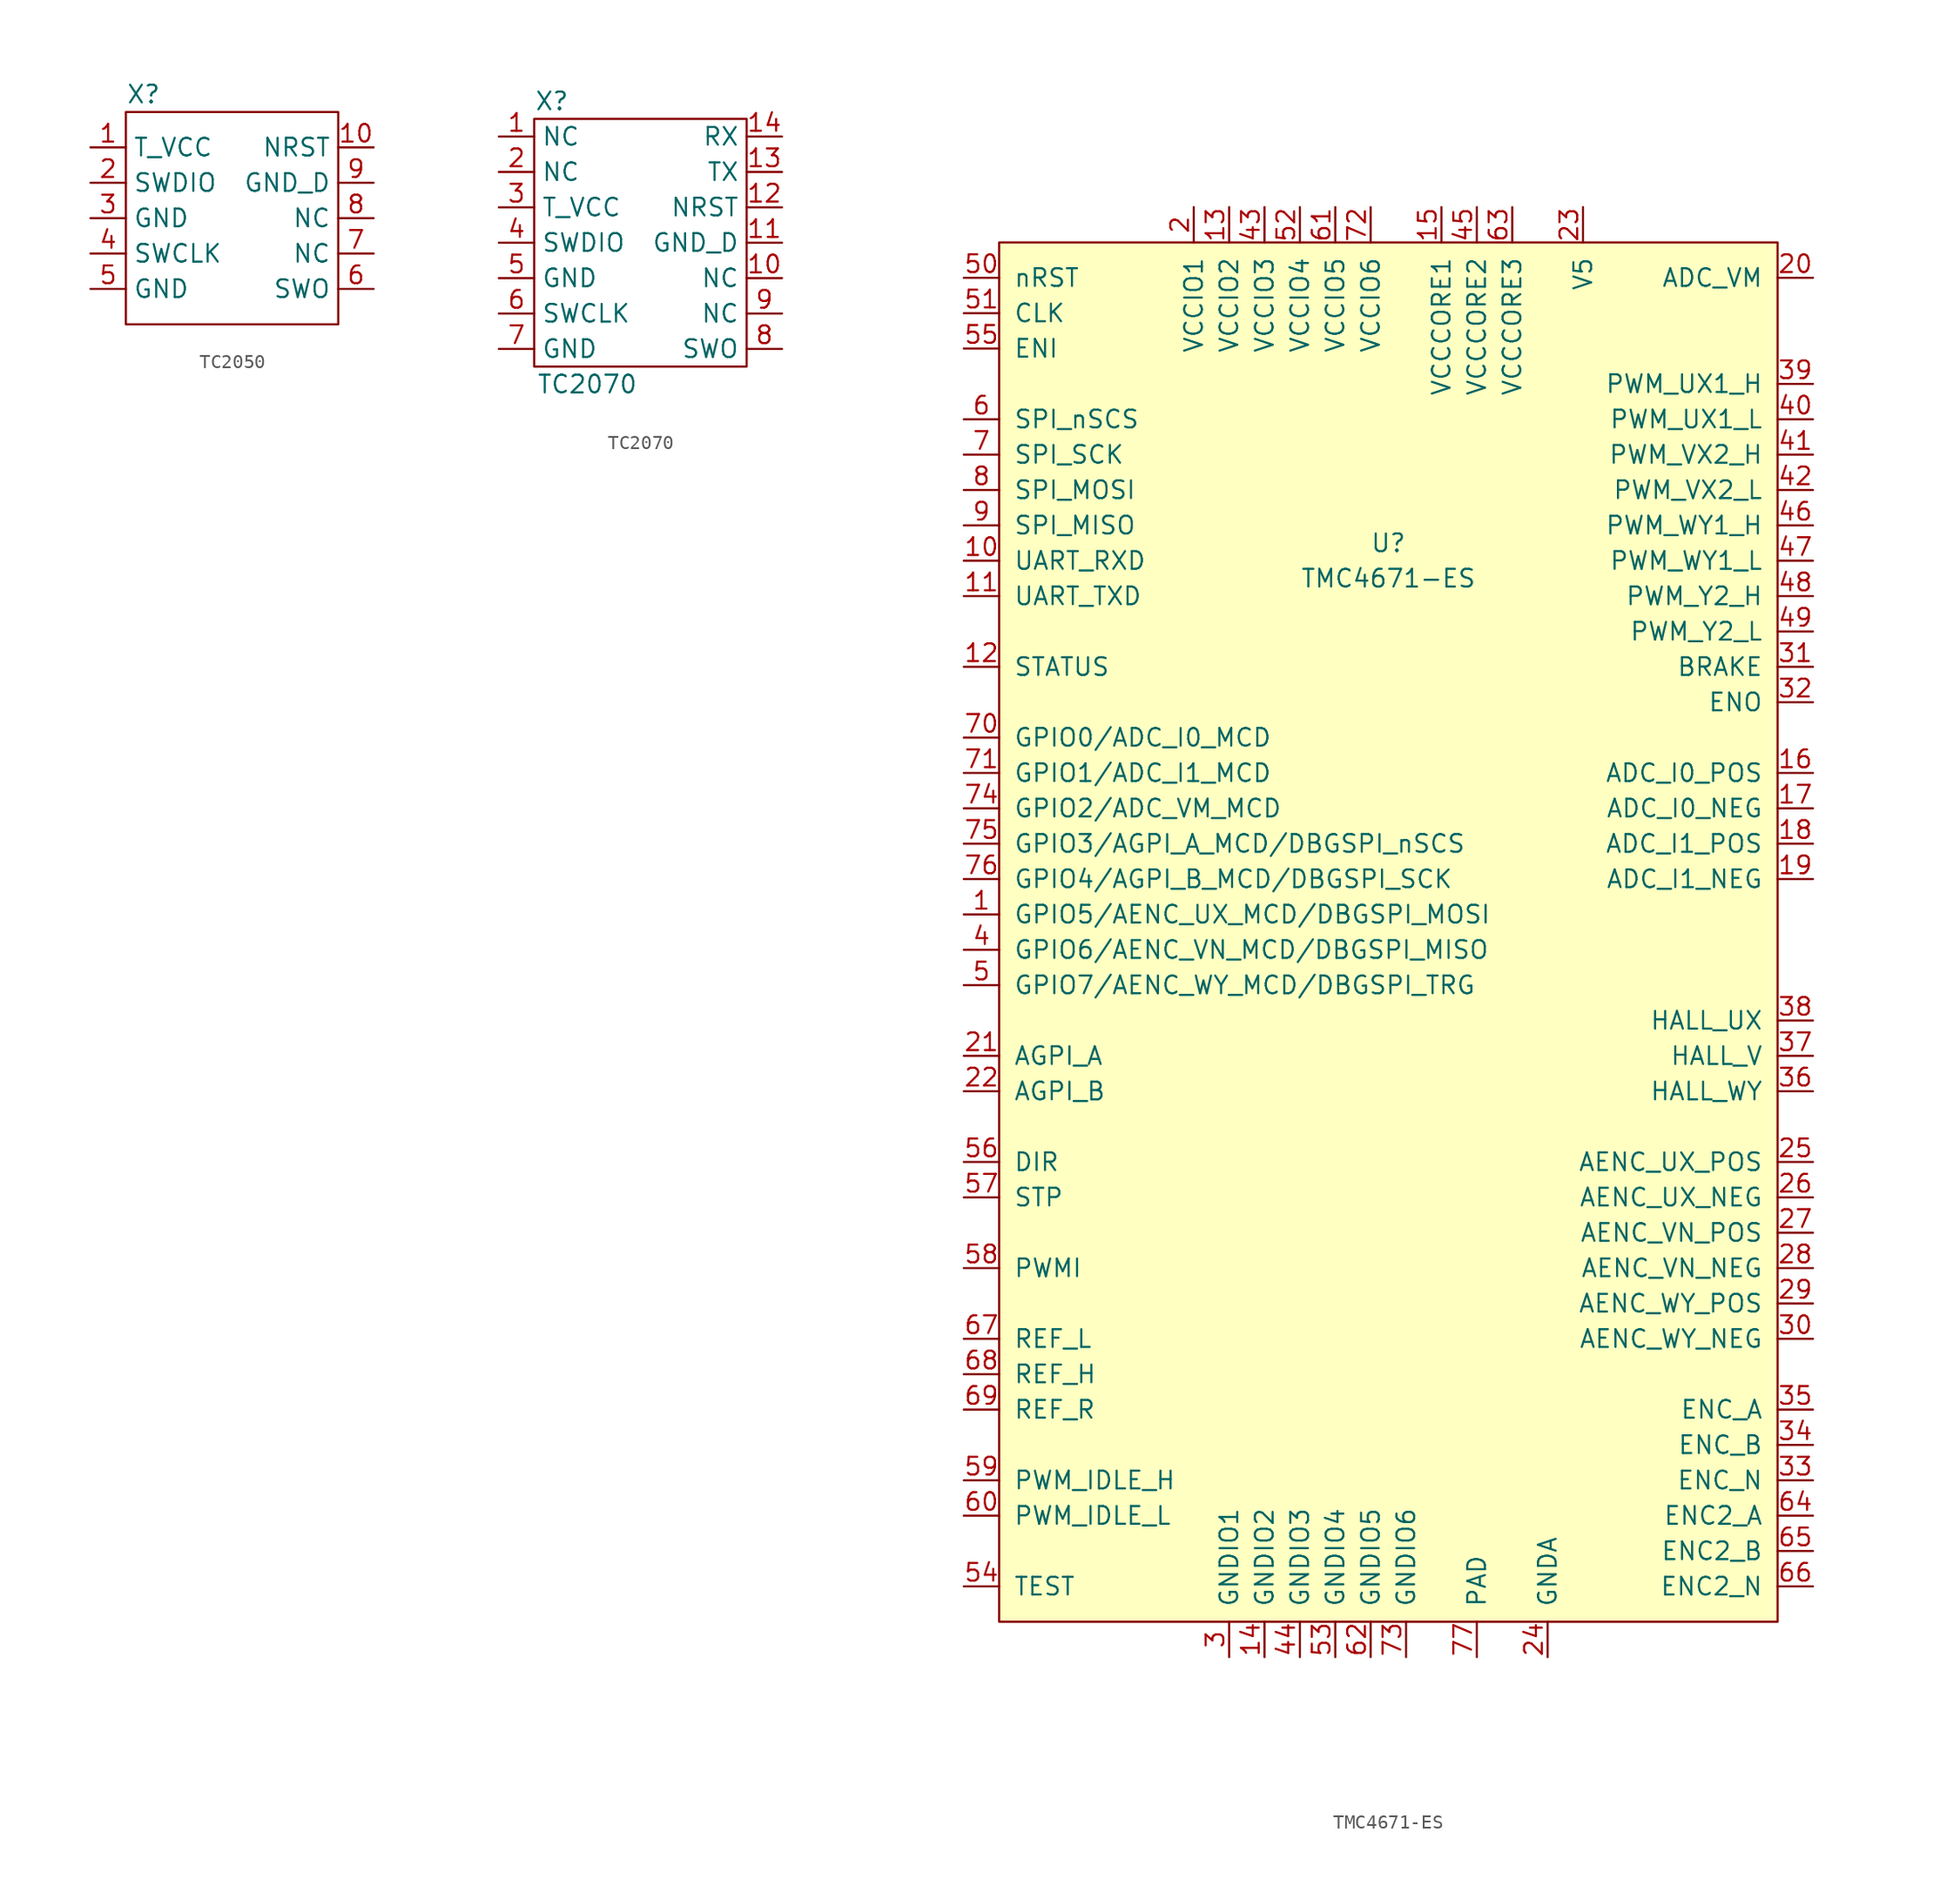
<source format=kicad_sym>
(kicad_symbol_lib
  (version 20220914)
  (generator kicad_symbol_editor)
  (symbol "TC2050"
    (property "Reference" "X"
      (at -6.35 8.89 0)
      (effects (font (size 1.27 1.27))))
    (property "Value" ""
      (at 0 0 0)
      (effects (font (size 1.27 1.27))))
    (symbol "TC2050_0_1"
      (rectangle (start -7.62 7.62) (end 7.62 -7.62) (stroke (width 0) (type default)) (fill (type none))))
    (symbol "TC2050_1_1"
      (pin input line (at -10.16 5.08 0) (length 2.54) (name "T_VCC" (effects (font (size 1.27 1.27)))) (number "1" (effects (font (size 1.27 1.27)))))
      (pin input line (at 10.16 5.08 180) (length 2.54) (name "NRST" (effects (font (size 1.27 1.27)))) (number "10" (effects (font (size 1.27 1.27)))))
      (pin input line (at -10.16 2.54 0) (length 2.54) (name "SWDIO" (effects (font (size 1.27 1.27)))) (number "2" (effects (font (size 1.27 1.27)))))
      (pin input line (at -10.16 0 0) (length 2.54) (name "GND" (effects (font (size 1.27 1.27)))) (number "3" (effects (font (size 1.27 1.27)))))
      (pin input line (at -10.16 -2.54 0) (length 2.54) (name "SWCLK" (effects (font (size 1.27 1.27)))) (number "4" (effects (font (size 1.27 1.27)))))
      (pin input line (at -10.16 -5.08 0) (length 2.54) (name "GND" (effects (font (size 1.27 1.27)))) (number "5" (effects (font (size 1.27 1.27)))))
      (pin input line (at 10.16 -5.08 180) (length 2.54) (name "SWO" (effects (font (size 1.27 1.27)))) (number "6" (effects (font (size 1.27 1.27)))))
      (pin input line (at 10.16 -2.54 180) (length 2.54) (name "NC" (effects (font (size 1.27 1.27)))) (number "7" (effects (font (size 1.27 1.27)))))
      (pin input line (at 10.16 0 180) (length 2.54) (name "NC" (effects (font (size 1.27 1.27)))) (number "8" (effects (font (size 1.27 1.27)))))
      (pin input line (at 10.16 2.54 180) (length 2.54) (name "GND_D" (effects (font (size 1.27 1.27)))) (number "9" (effects (font (size 1.27 1.27)))))))
  (symbol "TC2070"
    (property "Reference" "X"
      (at -6.35 10.16 0)
      (effects (font (size 1.27 1.27))))
    (property "Value" "TC2070"
      (at -3.81 -10.16 0)
      (effects (font (size 1.27 1.27))))
    (symbol "TC2070_0_1"
      (rectangle (start -7.62 8.89) (end 7.62 -8.89) (stroke (width 0) (type default)) (fill (type none))))
    (symbol "TC2070_1_1"
      (pin input line (at -10.16 7.62 0) (length 2.54) (name "NC" (effects (font (size 1.27 1.27)))) (number "1" (effects (font (size 1.27 1.27)))))
      (pin input line (at 10.16 -2.54 180) (length 2.54) (name "NC" (effects (font (size 1.27 1.27)))) (number "10" (effects (font (size 1.27 1.27)))))
      (pin input line (at 10.16 0 180) (length 2.54) (name "GND_D" (effects (font (size 1.27 1.27)))) (number "11" (effects (font (size 1.27 1.27)))))
      (pin input line (at 10.16 2.54 180) (length 2.54) (name "NRST" (effects (font (size 1.27 1.27)))) (number "12" (effects (font (size 1.27 1.27)))))
      (pin input line (at 10.16 5.08 180) (length 2.54) (name "TX" (effects (font (size 1.27 1.27)))) (number "13" (effects (font (size 1.27 1.27)))))
      (pin input line (at 10.16 7.62 180) (length 2.54) (name "RX" (effects (font (size 1.27 1.27)))) (number "14" (effects (font (size 1.27 1.27)))))
      (pin input line (at -10.16 5.08 0) (length 2.54) (name "NC" (effects (font (size 1.27 1.27)))) (number "2" (effects (font (size 1.27 1.27)))))
      (pin input line (at -10.16 2.54 0) (length 2.54) (name "T_VCC" (effects (font (size 1.27 1.27)))) (number "3" (effects (font (size 1.27 1.27)))))
      (pin input line (at -10.16 0 0) (length 2.54) (name "SWDIO" (effects (font (size 1.27 1.27)))) (number "4" (effects (font (size 1.27 1.27)))))
      (pin input line (at -10.16 -2.54 0) (length 2.54) (name "GND" (effects (font (size 1.27 1.27)))) (number "5" (effects (font (size 1.27 1.27)))))
      (pin input line (at -10.16 -5.08 0) (length 2.54) (name "SWCLK" (effects (font (size 1.27 1.27)))) (number "6" (effects (font (size 1.27 1.27)))))
      (pin input line (at -10.16 -7.62 0) (length 2.54) (name "GND" (effects (font (size 1.27 1.27)))) (number "7" (effects (font (size 1.27 1.27)))))
      (pin input line (at 10.16 -7.62 180) (length 2.54) (name "SWO" (effects (font (size 1.27 1.27)))) (number "8" (effects (font (size 1.27 1.27)))))
      (pin input line (at 10.16 -5.08 180) (length 2.54) (name "NC" (effects (font (size 1.27 1.27)))) (number "9" (effects (font (size 1.27 1.27)))))))
  (symbol "TMC4671-ES"
    (pin_names
      (offset 1.016))
    (property "Reference" "U"
      (at 0 27.94 0)
      (effects (font (size 1.27 1.27))))
    (property "Value" "TMC4671-ES"
      (at 0 25.4 0)
      (effects (font (size 1.27 1.27))))
    (symbol "TMC4671-ES_0_1"
      (rectangle (start -27.94 49.53) (end 27.94 -49.53) (stroke (width 0) (type default)) (fill (type background))))
    (symbol "TMC4671-ES_1_1"
      (pin bidirectional line (at -30.48 1.27 0) (length 2.54) (name "GPIO5/AENC_UX_MCD/DBGSPI_MOSI" (effects (font (size 1.27 1.27)))) (number "1" (effects (font (size 1.27 1.27)))))
      (pin input line (at -30.48 26.67 0) (length 2.54) (name "UART_RXD" (effects (font (size 1.27 1.27)))) (number "10" (effects (font (size 1.27 1.27)))))
      (pin output line (at -30.48 24.13 0) (length 2.54) (name "UART_TXD" (effects (font (size 1.27 1.27)))) (number "11" (effects (font (size 1.27 1.27)))))
      (pin output line (at -30.48 19.05 0) (length 2.54) (name "STATUS" (effects (font (size 1.27 1.27)))) (number "12" (effects (font (size 1.27 1.27)))))
      (pin power_in line (at -11.43 52.07 270) (length 2.54) (name "VCCIO2" (effects (font (size 1.27 1.27)))) (number "13" (effects (font (size 1.27 1.27)))))
      (pin power_in line (at -8.89 -52.07 90) (length 2.54) (name "GNDIO2" (effects (font (size 1.27 1.27)))) (number "14" (effects (font (size 1.27 1.27)))))
      (pin power_out line (at 3.81 52.07 270) (length 2.54) (name "VCCCORE1" (effects (font (size 1.27 1.27)))) (number "15" (effects (font (size 1.27 1.27)))))
      (pin input line (at 30.48 11.43 180) (length 2.54) (name "ADC_I0_POS" (effects (font (size 1.27 1.27)))) (number "16" (effects (font (size 1.27 1.27)))))
      (pin input line (at 30.48 8.89 180) (length 2.54) (name "ADC_I0_NEG" (effects (font (size 1.27 1.27)))) (number "17" (effects (font (size 1.27 1.27)))))
      (pin input line (at 30.48 6.35 180) (length 2.54) (name "ADC_I1_POS" (effects (font (size 1.27 1.27)))) (number "18" (effects (font (size 1.27 1.27)))))
      (pin input line (at 30.48 3.81 180) (length 2.54) (name "ADC_I1_NEG" (effects (font (size 1.27 1.27)))) (number "19" (effects (font (size 1.27 1.27)))))
      (pin power_in line (at -13.97 52.07 270) (length 2.54) (name "VCCIO1" (effects (font (size 1.27 1.27)))) (number "2" (effects (font (size 1.27 1.27)))))
      (pin input line (at 30.48 46.99 180) (length 2.54) (name "ADC_VM" (effects (font (size 1.27 1.27)))) (number "20" (effects (font (size 1.27 1.27)))))
      (pin input line (at -30.48 -8.89 0) (length 2.54) (name "AGPI_A" (effects (font (size 1.27 1.27)))) (number "21" (effects (font (size 1.27 1.27)))))
      (pin input line (at -30.48 -11.43 0) (length 2.54) (name "AGPI_B" (effects (font (size 1.27 1.27)))) (number "22" (effects (font (size 1.27 1.27)))))
      (pin power_in line (at 13.97 52.07 270) (length 2.54) (name "V5" (effects (font (size 1.27 1.27)))) (number "23" (effects (font (size 1.27 1.27)))))
      (pin power_in line (at 11.43 -52.07 90) (length 2.54) (name "GNDA" (effects (font (size 1.27 1.27)))) (number "24" (effects (font (size 1.27 1.27)))))
      (pin input line (at 30.48 -16.51 180) (length 2.54) (name "AENC_UX_POS" (effects (font (size 1.27 1.27)))) (number "25" (effects (font (size 1.27 1.27)))))
      (pin input line (at 30.48 -19.05 180) (length 2.54) (name "AENC_UX_NEG" (effects (font (size 1.27 1.27)))) (number "26" (effects (font (size 1.27 1.27)))))
      (pin input line (at 30.48 -21.59 180) (length 2.54) (name "AENC_VN_POS" (effects (font (size 1.27 1.27)))) (number "27" (effects (font (size 1.27 1.27)))))
      (pin input line (at 30.48 -24.13 180) (length 2.54) (name "AENC_VN_NEG" (effects (font (size 1.27 1.27)))) (number "28" (effects (font (size 1.27 1.27)))))
      (pin input line (at 30.48 -26.67 180) (length 2.54) (name "AENC_WY_POS" (effects (font (size 1.27 1.27)))) (number "29" (effects (font (size 1.27 1.27)))))
      (pin power_in line (at -11.43 -52.07 90) (length 2.54) (name "GNDIO1" (effects (font (size 1.27 1.27)))) (number "3" (effects (font (size 1.27 1.27)))))
      (pin input line (at 30.48 -29.21 180) (length 2.54) (name "AENC_WY_NEG" (effects (font (size 1.27 1.27)))) (number "30" (effects (font (size 1.27 1.27)))))
      (pin output line (at 30.48 19.05 180) (length 2.54) (name "BRAKE" (effects (font (size 1.27 1.27)))) (number "31" (effects (font (size 1.27 1.27)))))
      (pin output line (at 30.48 16.51 180) (length 2.54) (name "ENO" (effects (font (size 1.27 1.27)))) (number "32" (effects (font (size 1.27 1.27)))))
      (pin input line (at 30.48 -39.37 180) (length 2.54) (name "ENC_N" (effects (font (size 1.27 1.27)))) (number "33" (effects (font (size 1.27 1.27)))))
      (pin input line (at 30.48 -36.83 180) (length 2.54) (name "ENC_B" (effects (font (size 1.27 1.27)))) (number "34" (effects (font (size 1.27 1.27)))))
      (pin input line (at 30.48 -34.29 180) (length 2.54) (name "ENC_A" (effects (font (size 1.27 1.27)))) (number "35" (effects (font (size 1.27 1.27)))))
      (pin input line (at 30.48 -11.43 180) (length 2.54) (name "HALL_WY" (effects (font (size 1.27 1.27)))) (number "36" (effects (font (size 1.27 1.27)))))
      (pin input line (at 30.48 -8.89 180) (length 2.54) (name "HALL_V" (effects (font (size 1.27 1.27)))) (number "37" (effects (font (size 1.27 1.27)))))
      (pin input line (at 30.48 -6.35 180) (length 2.54) (name "HALL_UX" (effects (font (size 1.27 1.27)))) (number "38" (effects (font (size 1.27 1.27)))))
      (pin output line (at 30.48 39.37 180) (length 2.54) (name "PWM_UX1_H" (effects (font (size 1.27 1.27)))) (number "39" (effects (font (size 1.27 1.27)))))
      (pin bidirectional line (at -30.48 -1.27 0) (length 2.54) (name "GPIO6/AENC_VN_MCD/DBGSPI_MISO" (effects (font (size 1.27 1.27)))) (number "4" (effects (font (size 1.27 1.27)))))
      (pin output line (at 30.48 36.83 180) (length 2.54) (name "PWM_UX1_L" (effects (font (size 1.27 1.27)))) (number "40" (effects (font (size 1.27 1.27)))))
      (pin output line (at 30.48 34.29 180) (length 2.54) (name "PWM_VX2_H" (effects (font (size 1.27 1.27)))) (number "41" (effects (font (size 1.27 1.27)))))
      (pin output line (at 30.48 31.75 180) (length 2.54) (name "PWM_VX2_L" (effects (font (size 1.27 1.27)))) (number "42" (effects (font (size 1.27 1.27)))))
      (pin power_in line (at -8.89 52.07 270) (length 2.54) (name "VCCIO3" (effects (font (size 1.27 1.27)))) (number "43" (effects (font (size 1.27 1.27)))))
      (pin power_in line (at -6.35 -52.07 90) (length 2.54) (name "GNDIO3" (effects (font (size 1.27 1.27)))) (number "44" (effects (font (size 1.27 1.27)))))
      (pin power_out line (at 6.35 52.07 270) (length 2.54) (name "VCCCORE2" (effects (font (size 1.27 1.27)))) (number "45" (effects (font (size 1.27 1.27)))))
      (pin output line (at 30.48 29.21 180) (length 2.54) (name "PWM_WY1_H" (effects (font (size 1.27 1.27)))) (number "46" (effects (font (size 1.27 1.27)))))
      (pin output line (at 30.48 26.67 180) (length 2.54) (name "PWM_WY1_L" (effects (font (size 1.27 1.27)))) (number "47" (effects (font (size 1.27 1.27)))))
      (pin output line (at 30.48 24.13 180) (length 2.54) (name "PWM_Y2_H" (effects (font (size 1.27 1.27)))) (number "48" (effects (font (size 1.27 1.27)))))
      (pin output line (at 30.48 21.59 180) (length 2.54) (name "PWM_Y2_L" (effects (font (size 1.27 1.27)))) (number "49" (effects (font (size 1.27 1.27)))))
      (pin bidirectional line (at -30.48 -3.81 0) (length 2.54) (name "GPIO7/AENC_WY_MCD/DBGSPI_TRG" (effects (font (size 1.27 1.27)))) (number "5" (effects (font (size 1.27 1.27)))))
      (pin input line (at -30.48 46.99 0) (length 2.54) (name "nRST" (effects (font (size 1.27 1.27)))) (number "50" (effects (font (size 1.27 1.27)))))
      (pin input line (at -30.48 44.45 0) (length 2.54) (name "CLK" (effects (font (size 1.27 1.27)))) (number "51" (effects (font (size 1.27 1.27)))))
      (pin power_in line (at -6.35 52.07 270) (length 2.54) (name "VCCIO4" (effects (font (size 1.27 1.27)))) (number "52" (effects (font (size 1.27 1.27)))))
      (pin power_in line (at -3.81 -52.07 90) (length 2.54) (name "GNDIO4" (effects (font (size 1.27 1.27)))) (number "53" (effects (font (size 1.27 1.27)))))
      (pin input line (at -30.48 -46.99 0) (length 2.54) (name "TEST" (effects (font (size 1.27 1.27)))) (number "54" (effects (font (size 1.27 1.27)))))
      (pin input line (at -30.48 41.91 0) (length 2.54) (name "ENI" (effects (font (size 1.27 1.27)))) (number "55" (effects (font (size 1.27 1.27)))))
      (pin input line (at -30.48 -16.51 0) (length 2.54) (name "DIR" (effects (font (size 1.27 1.27)))) (number "56" (effects (font (size 1.27 1.27)))))
      (pin input line (at -30.48 -19.05 0) (length 2.54) (name "STP" (effects (font (size 1.27 1.27)))) (number "57" (effects (font (size 1.27 1.27)))))
      (pin input line (at -30.48 -24.13 0) (length 2.54) (name "PWMI" (effects (font (size 1.27 1.27)))) (number "58" (effects (font (size 1.27 1.27)))))
      (pin input line (at -30.48 -39.37 0) (length 2.54) (name "PWM_IDLE_H" (effects (font (size 1.27 1.27)))) (number "59" (effects (font (size 1.27 1.27)))))
      (pin input line (at -30.48 36.83 0) (length 2.54) (name "SPI_nSCS" (effects (font (size 1.27 1.27)))) (number "6" (effects (font (size 1.27 1.27)))))
      (pin input line (at -30.48 -41.91 0) (length 2.54) (name "PWM_IDLE_L" (effects (font (size 1.27 1.27)))) (number "60" (effects (font (size 1.27 1.27)))))
      (pin power_in line (at -3.81 52.07 270) (length 2.54) (name "VCCIO5" (effects (font (size 1.27 1.27)))) (number "61" (effects (font (size 1.27 1.27)))))
      (pin power_in line (at -1.27 -52.07 90) (length 2.54) (name "GNDIO5" (effects (font (size 1.27 1.27)))) (number "62" (effects (font (size 1.27 1.27)))))
      (pin power_out line (at 8.89 52.07 270) (length 2.54) (name "VCCCORE3" (effects (font (size 1.27 1.27)))) (number "63" (effects (font (size 1.27 1.27)))))
      (pin input line (at 30.48 -41.91 180) (length 2.54) (name "ENC2_A" (effects (font (size 1.27 1.27)))) (number "64" (effects (font (size 1.27 1.27)))))
      (pin input line (at 30.48 -44.45 180) (length 2.54) (name "ENC2_B" (effects (font (size 1.27 1.27)))) (number "65" (effects (font (size 1.27 1.27)))))
      (pin input line (at 30.48 -46.99 180) (length 2.54) (name "ENC2_N" (effects (font (size 1.27 1.27)))) (number "66" (effects (font (size 1.27 1.27)))))
      (pin input line (at -30.48 -29.21 0) (length 2.54) (name "REF_L" (effects (font (size 1.27 1.27)))) (number "67" (effects (font (size 1.27 1.27)))))
      (pin input line (at -30.48 -31.75 0) (length 2.54) (name "REF_H" (effects (font (size 1.27 1.27)))) (number "68" (effects (font (size 1.27 1.27)))))
      (pin input line (at -30.48 -34.29 0) (length 2.54) (name "REF_R" (effects (font (size 1.27 1.27)))) (number "69" (effects (font (size 1.27 1.27)))))
      (pin input line (at -30.48 34.29 0) (length 2.54) (name "SPI_SCK" (effects (font (size 1.27 1.27)))) (number "7" (effects (font (size 1.27 1.27)))))
      (pin bidirectional line (at -30.48 13.97 0) (length 2.54) (name "GPIO0/ADC_I0_MCD" (effects (font (size 1.27 1.27)))) (number "70" (effects (font (size 1.27 1.27)))))
      (pin bidirectional line (at -30.48 11.43 0) (length 2.54) (name "GPIO1/ADC_I1_MCD" (effects (font (size 1.27 1.27)))) (number "71" (effects (font (size 1.27 1.27)))))
      (pin power_in line (at -1.27 52.07 270) (length 2.54) (name "VCCIO6" (effects (font (size 1.27 1.27)))) (number "72" (effects (font (size 1.27 1.27)))))
      (pin power_in line (at 1.27 -52.07 90) (length 2.54) (name "GNDIO6" (effects (font (size 1.27 1.27)))) (number "73" (effects (font (size 1.27 1.27)))))
      (pin bidirectional line (at -30.48 8.89 0) (length 2.54) (name "GPIO2/ADC_VM_MCD" (effects (font (size 1.27 1.27)))) (number "74" (effects (font (size 1.27 1.27)))))
      (pin bidirectional line (at -30.48 6.35 0) (length 2.54) (name "GPIO3/AGPI_A_MCD/DBGSPI_nSCS" (effects (font (size 1.27 1.27)))) (number "75" (effects (font (size 1.27 1.27)))))
      (pin bidirectional line (at -30.48 3.81 0) (length 2.54) (name "GPIO4/AGPI_B_MCD/DBGSPI_SCK" (effects (font (size 1.27 1.27)))) (number "76" (effects (font (size 1.27 1.27)))))
      (pin power_in line (at 6.35 -52.07 90) (length 2.54) (name "PAD" (effects (font (size 1.27 1.27)))) (number "77" (effects (font (size 1.27 1.27)))))
      (pin input line (at -30.48 31.75 0) (length 2.54) (name "SPI_MOSI" (effects (font (size 1.27 1.27)))) (number "8" (effects (font (size 1.27 1.27)))))
      (pin tri_state line (at -30.48 29.21 0) (length 2.54) (name "SPI_MISO" (effects (font (size 1.27 1.27)))) (number "9" (effects (font (size 1.27 1.27))))))))
</source>
